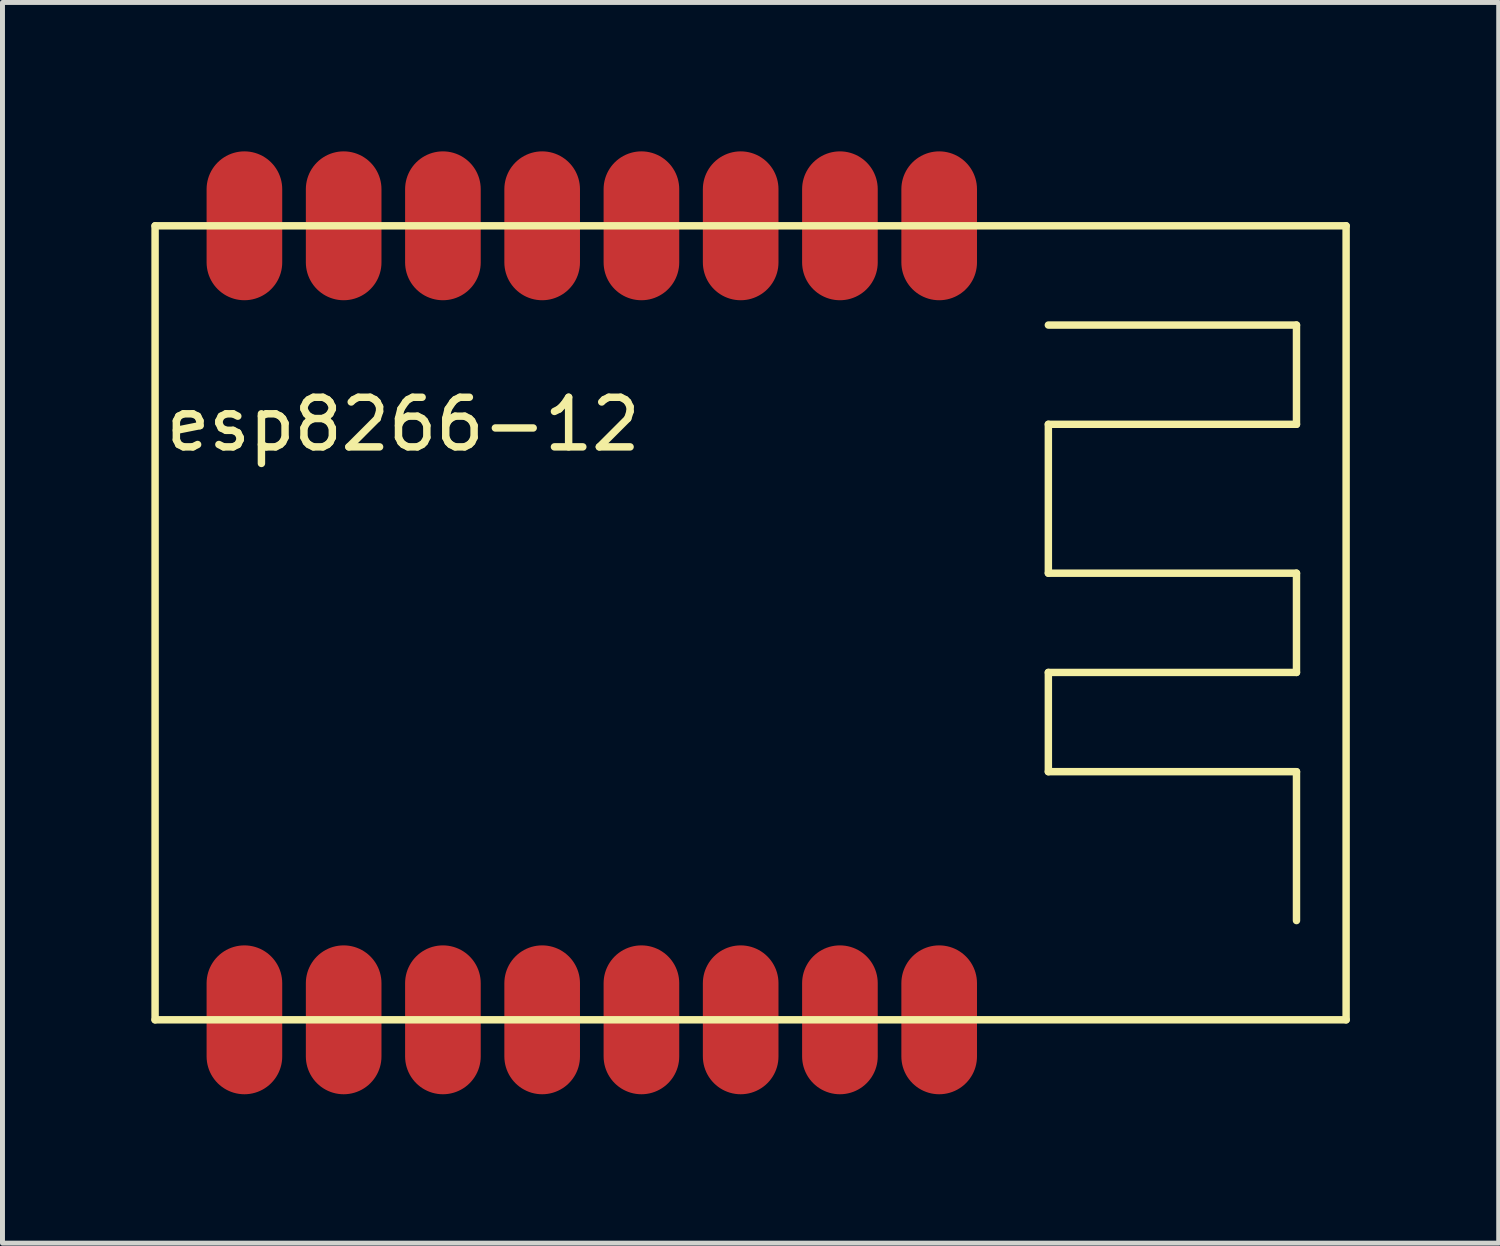
<source format=kicad_pcb>
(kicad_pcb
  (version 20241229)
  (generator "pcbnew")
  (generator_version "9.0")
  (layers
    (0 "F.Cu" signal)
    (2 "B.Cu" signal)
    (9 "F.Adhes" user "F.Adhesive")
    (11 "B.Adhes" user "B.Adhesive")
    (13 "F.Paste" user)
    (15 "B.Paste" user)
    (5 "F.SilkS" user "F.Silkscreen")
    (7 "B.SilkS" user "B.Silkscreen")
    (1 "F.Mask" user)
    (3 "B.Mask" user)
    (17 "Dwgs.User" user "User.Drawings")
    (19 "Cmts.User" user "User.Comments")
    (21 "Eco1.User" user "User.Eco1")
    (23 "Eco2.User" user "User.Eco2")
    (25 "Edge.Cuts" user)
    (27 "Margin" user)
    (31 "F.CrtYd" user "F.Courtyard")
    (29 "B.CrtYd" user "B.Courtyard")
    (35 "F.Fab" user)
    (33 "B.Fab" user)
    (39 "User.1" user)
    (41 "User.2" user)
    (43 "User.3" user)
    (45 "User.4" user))
  (footprint "esp8266-12"
    (layer "F.Cu")
    (at 1.875 1.6)
    (property "Reference" "esp8266-12" (at 3.2 3.9 0) (layer "F.SilkS") (effects (font (size 1 1) (thickness 0.15))))
    (attr through_hole)
    (fp_line (start -1.8 -0.1) (end -1.8 15.9) (stroke (width 0.15) (type solid)) (layer "F.SilkS"))
    (fp_line (start -1.8 15.9) (end 22.2 15.9) (stroke (width 0.15) (type solid)) (layer "F.SilkS"))
    (fp_line (start 16.2 1.9) (end 21.2 1.9) (stroke (width 0.15) (type solid)) (layer "F.SilkS"))
    (fp_line (start 16.2 3.9) (end 16.2 6.9) (stroke (width 0.15) (type solid)) (layer "F.SilkS"))
    (fp_line (start 16.2 6.9) (end 21.2 6.9) (stroke (width 0.15) (type solid)) (layer "F.SilkS"))
    (fp_line (start 16.2 8.9) (end 16.2 10.9) (stroke (width 0.15) (type solid)) (layer "F.SilkS"))
    (fp_line (start 16.2 10.9) (end 21.2 10.9) (stroke (width 0.15) (type solid)) (layer "F.SilkS"))
    (fp_line (start 21.2 1.9) (end 21.2 3.9) (stroke (width 0.15) (type solid)) (layer "F.SilkS"))
    (fp_line (start 21.2 3.9) (end 16.2 3.9) (stroke (width 0.15) (type solid)) (layer "F.SilkS"))
    (fp_line (start 21.2 6.9) (end 21.2 8.9) (stroke (width 0.15) (type solid)) (layer "F.SilkS"))
    (fp_line (start 21.2 8.9) (end 16.2 8.9) (stroke (width 0.15) (type solid)) (layer "F.SilkS"))
    (fp_line (start 21.2 10.9) (end 21.2 13.9) (stroke (width 0.15) (type solid)) (layer "F.SilkS"))
    (fp_line (start 22.2 -0.1) (end -1.8 -0.1) (stroke (width 0.15) (type solid)) (layer "F.SilkS"))
    (fp_line (start 22.2 15.9) (end 22.2 -0.1) (stroke (width 0.15) (type solid)) (layer "F.SilkS"))
    (pad "1" smd oval (at 14 -0.1) (size 1.524 3) (layers "F.Cu" "F.Mask" "F.Paste"))
    (pad "2" smd oval (at 12 -0.1) (size 1.524 3) (layers "F.Cu" "F.Mask" "F.Paste"))
    (pad "3" smd oval (at 10 -0.1) (size 1.524 3) (layers "F.Cu" "F.Mask" "F.Paste"))
    (pad "4" smd oval (at 8 -0.1) (size 1.524 3) (layers "F.Cu" "F.Mask" "F.Paste"))
    (pad "5" smd oval (at 6 -0.1) (size 1.524 3) (layers "F.Cu" "F.Mask" "F.Paste"))
    (pad "6" smd oval (at 4 -0.1) (size 1.524 3) (layers "F.Cu" "F.Mask" "F.Paste"))
    (pad "7" smd oval (at 2 -0.1) (size 1.524 3) (layers "F.Cu" "F.Mask" "F.Paste"))
    (pad "8" smd oval (at 0 -0.1) (size 1.524 3) (layers "F.Cu" "F.Mask" "F.Paste"))
    (pad "9" smd oval (at 0 15.9) (size 1.524 3) (layers "F.Cu" "F.Mask" "F.Paste"))
    (pad "10" smd oval (at 2 15.9) (size 1.524 3) (layers "F.Cu" "F.Mask" "F.Paste"))
    (pad "11" smd oval (at 4 15.9) (size 1.524 3) (layers "F.Cu" "F.Mask" "F.Paste"))
    (pad "12" smd oval (at 6 15.9) (size 1.524 3) (layers "F.Cu" "F.Mask" "F.Paste"))
    (pad "13" smd oval (at 8 15.9) (size 1.524 3) (layers "F.Cu" "F.Mask" "F.Paste"))
    (pad "14" smd oval (at 10 15.9) (size 1.524 3) (layers "F.Cu" "F.Mask" "F.Paste"))
    (pad "15" smd oval (at 12 15.9) (size 1.524 3) (layers "F.Cu" "F.Mask" "F.Paste"))
    (pad "16" smd oval (at 14 15.9) (size 1.524 3) (layers "F.Cu" "F.Mask" "F.Paste")))
  (gr_rect
    (start -3 -3)
    (end 27.15 22)
    (stroke (width 0.1) (type default))
    (fill no)
    (layer "Edge.Cuts")))
</source>
